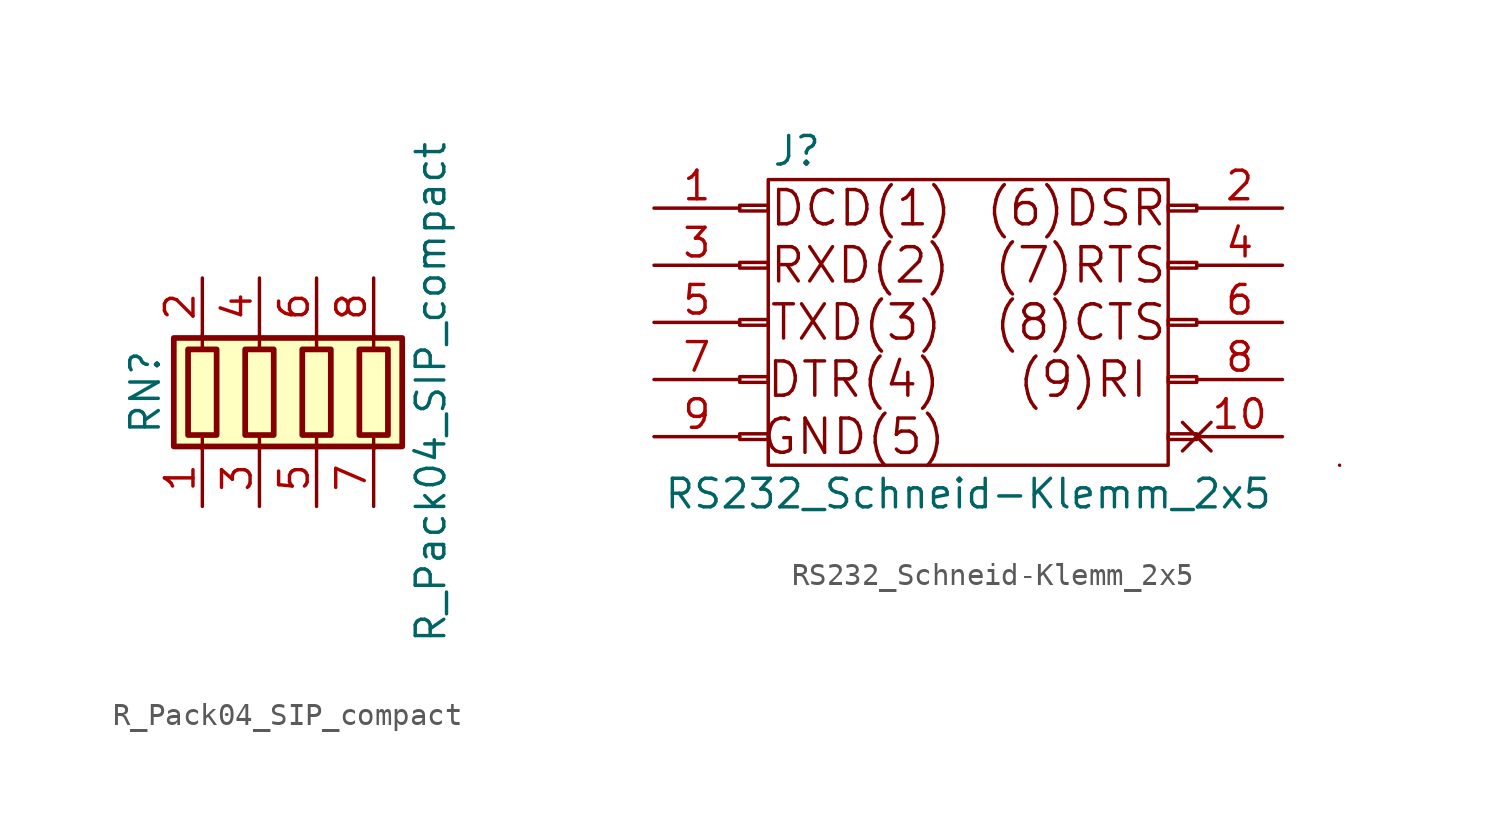
<source format=kicad_sym>
(kicad_symbol_lib
  (version 20231120)
  (generator "kicad_symbol_editor")
  (generator_version "8.0")
  (symbol "R_Pack04_SIP_compact"
    (pin_names
      (offset 0) hide)
    (property "Reference" "RN"
      (at -7.62 0 90)
      (effects (font (size 1.27 1.27))))
    (property "Value" "R_Pack04_SIP_compact"
      (at 5.08 0 90)
      (effects (font (size 1.27 1.27))))
    (symbol "R_Pack04_SIP_compact_0_1"
      (rectangle (start -6.35 -2.413) (end 3.81 2.413) (stroke (width 0.254) (type solid)) (fill (type background)))
      (rectangle (start -5.715 1.905) (end -4.445 -1.905) (stroke (width 0.254) (type solid)) (fill (type none)))
      (rectangle (start -3.175 1.905) (end -1.905 -1.905) (stroke (width 0.254) (type solid)) (fill (type none)))
      (rectangle (start -0.635 1.905) (end 0.635 -1.905) (stroke (width 0.254) (type solid)) (fill (type none)))
      (polyline (pts (xy -5.08 -2.54) (xy -5.08 -1.905)) (stroke (width 0) (type solid)) (fill (type none)))
      (polyline (pts (xy -5.08 1.905) (xy -5.08 2.54)) (stroke (width 0) (type solid)) (fill (type none)))
      (polyline (pts (xy -2.54 -2.54) (xy -2.54 -1.905)) (stroke (width 0) (type solid)) (fill (type none)))
      (polyline (pts (xy -2.54 1.905) (xy -2.54 2.54)) (stroke (width 0) (type solid)) (fill (type none)))
      (polyline (pts (xy 0 -2.54) (xy 0 -1.905)) (stroke (width 0) (type solid)) (fill (type none)))
      (polyline (pts (xy 0 1.905) (xy 0 2.54)) (stroke (width 0) (type solid)) (fill (type none)))
      (polyline (pts (xy 2.54 -2.54) (xy 2.54 -1.905)) (stroke (width 0) (type solid)) (fill (type none)))
      (polyline (pts (xy 2.54 1.905) (xy 2.54 2.54)) (stroke (width 0) (type solid)) (fill (type none)))
      (rectangle (start 1.905 1.905) (end 3.175 -1.905) (stroke (width 0.254) (type solid)) (fill (type none))))
    (symbol "R_Pack04_SIP_compact_1_1"
      (pin passive line (at -5.08 -5.08 90) (length 2.54) (name "R1.1" (effects (font (size 1.27 1.27)))) (number "1" (effects (font (size 1.27 1.27)))))
      (pin passive line (at -5.08 5.08 270) (length 2.54) (name "R1.2" (effects (font (size 1.27 1.27)))) (number "2" (effects (font (size 1.27 1.27)))))
      (pin passive line (at -2.54 -5.08 90) (length 2.54) (name "R2.1" (effects (font (size 1.27 1.27)))) (number "3" (effects (font (size 1.27 1.27)))))
      (pin passive line (at -2.54 5.08 270) (length 2.54) (name "R2.2" (effects (font (size 1.27 1.27)))) (number "4" (effects (font (size 1.27 1.27)))))
      (pin passive line (at 0 -5.08 90) (length 2.54) (name "R3.1" (effects (font (size 1.27 1.27)))) (number "5" (effects (font (size 1.27 1.27)))))
      (pin passive line (at 0 5.08 270) (length 2.54) (name "R3.2" (effects (font (size 1.27 1.27)))) (number "6" (effects (font (size 1.27 1.27)))))
      (pin passive line (at 2.54 -5.08 90) (length 2.54) (name "R4.1" (effects (font (size 1.27 1.27)))) (number "7" (effects (font (size 1.27 1.27)))))
      (pin passive line (at 2.54 5.08 270) (length 2.54) (name "R4.2" (effects (font (size 1.27 1.27)))) (number "8" (effects (font (size 1.27 1.27)))))))
  (symbol "RS232_Schneid-Klemm_2x5"
    (pin_names
      (offset 1.016) hide)
    (property "Reference" "J"
      (at -6.35 7.62 0)
      (effects (font (size 1.27 1.27))))
    (property "Value" "RS232_Schneid-Klemm_2x5"
      (at 1.27 -7.62 0)
      (effects (font (size 1.27 1.27))))
    (symbol "RS232_Schneid-Klemm_2x5_0_0"
      (rectangle (start -7.62 6.35) (end 10.16 -6.35) (stroke (width 0) (type solid)) (fill (type none)))
      (rectangle (start 17.78 -6.35) (end 17.78 -6.35) (stroke (width 0) (type solid)) (fill (type none)))
      (text "(6)DSR" (at 10.16 5.08 0) (effects (font (size 1.524 1.524)) (justify right)))
      (text "(7)RTS" (at 10.16 2.54 0) (effects (font (size 1.524 1.524)) (justify right)))
      (text "(8)CTS" (at 10.16 0 0) (effects (font (size 1.524 1.524)) (justify right)))
      (text "(9)RI" (at 6.35 -2.54 0) (effects (font (size 1.524 1.524))))
      (text "DCD(1)" (at -7.62 5.08 0) (effects (font (size 1.524 1.524)) (justify left)))
      (text "DTR(4)" (at -3.81 -2.54 0) (effects (font (size 1.524 1.524))))
      (text "GND(5)" (at -3.81 -5.08 0) (effects (font (size 1.524 1.524))))
      (text "RXD(2)" (at -7.62 2.54 0) (effects (font (size 1.524 1.524)) (justify left)))
      (text "TXD(3)" (at -7.62 0 0) (effects (font (size 1.524 1.524)) (justify left))))
    (symbol "RS232_Schneid-Klemm_2x5_1_1"
      (rectangle (start -8.89 -4.953) (end -7.62 -5.207) (stroke (width 0.152) (type solid)) (fill (type none)))
      (rectangle (start -8.89 -2.413) (end -7.62 -2.667) (stroke (width 0.152) (type solid)) (fill (type none)))
      (rectangle (start -8.89 0.127) (end -7.62 -0.127) (stroke (width 0.152) (type solid)) (fill (type none)))
      (rectangle (start -8.89 2.667) (end -7.62 2.413) (stroke (width 0.152) (type solid)) (fill (type none)))
      (rectangle (start -8.89 5.207) (end -7.62 4.953) (stroke (width 0.152) (type solid)) (fill (type none)))
      (rectangle (start 11.43 -4.953) (end 10.16 -5.207) (stroke (width 0.152) (type solid)) (fill (type none)))
      (rectangle (start 11.43 -2.413) (end 10.16 -2.667) (stroke (width 0.152) (type solid)) (fill (type none)))
      (rectangle (start 11.43 0.127) (end 10.16 -0.127) (stroke (width 0.152) (type solid)) (fill (type none)))
      (rectangle (start 11.43 2.667) (end 10.16 2.413) (stroke (width 0.152) (type solid)) (fill (type none)))
      (rectangle (start 11.43 5.207) (end 10.16 4.953) (stroke (width 0.152) (type solid)) (fill (type none)))
      (pin passive line (at -12.7 5.08 0) (length 3.81) (name "DCD" (effects (font (size 1.27 1.27)))) (number "1" (effects (font (size 1.27 1.27)))))
      (pin passive non_logic (at 15.24 -5.08 180) (length 3.81) (name "Pin_10" (effects (font (size 1.27 1.27)))) (number "10" (effects (font (size 1.27 1.27)))))
      (pin passive line (at 15.24 5.08 180) (length 3.81) (name "DSR" (effects (font (size 1.27 1.27)))) (number "2" (effects (font (size 1.27 1.27)))))
      (pin output line (at -12.7 2.54 0) (length 3.81) (name "RXD" (effects (font (size 1.27 1.27)))) (number "3" (effects (font (size 1.27 1.27)))))
      (pin passive line (at 15.24 2.54 180) (length 3.81) (name "RTS" (effects (font (size 1.27 1.27)))) (number "4" (effects (font (size 1.27 1.27)))))
      (pin input line (at -12.7 0 0) (length 3.81) (name "TXD" (effects (font (size 1.27 1.27)))) (number "5" (effects (font (size 1.27 1.27)))))
      (pin passive line (at 15.24 0 180) (length 3.81) (name "CTS" (effects (font (size 1.27 1.27)))) (number "6" (effects (font (size 1.27 1.27)))))
      (pin passive line (at -12.7 -2.54 0) (length 3.81) (name "DTR" (effects (font (size 1.27 1.27)))) (number "7" (effects (font (size 1.27 1.27)))))
      (pin passive line (at 15.24 -2.54 180) (length 3.81) (name "RI" (effects (font (size 1.27 1.27)))) (number "8" (effects (font (size 1.27 1.27)))))
      (pin power_in line (at -12.7 -5.08 0) (length 3.81) (name "GND" (effects (font (size 1.27 1.27)))) (number "9" (effects (font (size 1.27 1.27))))))))
</source>
